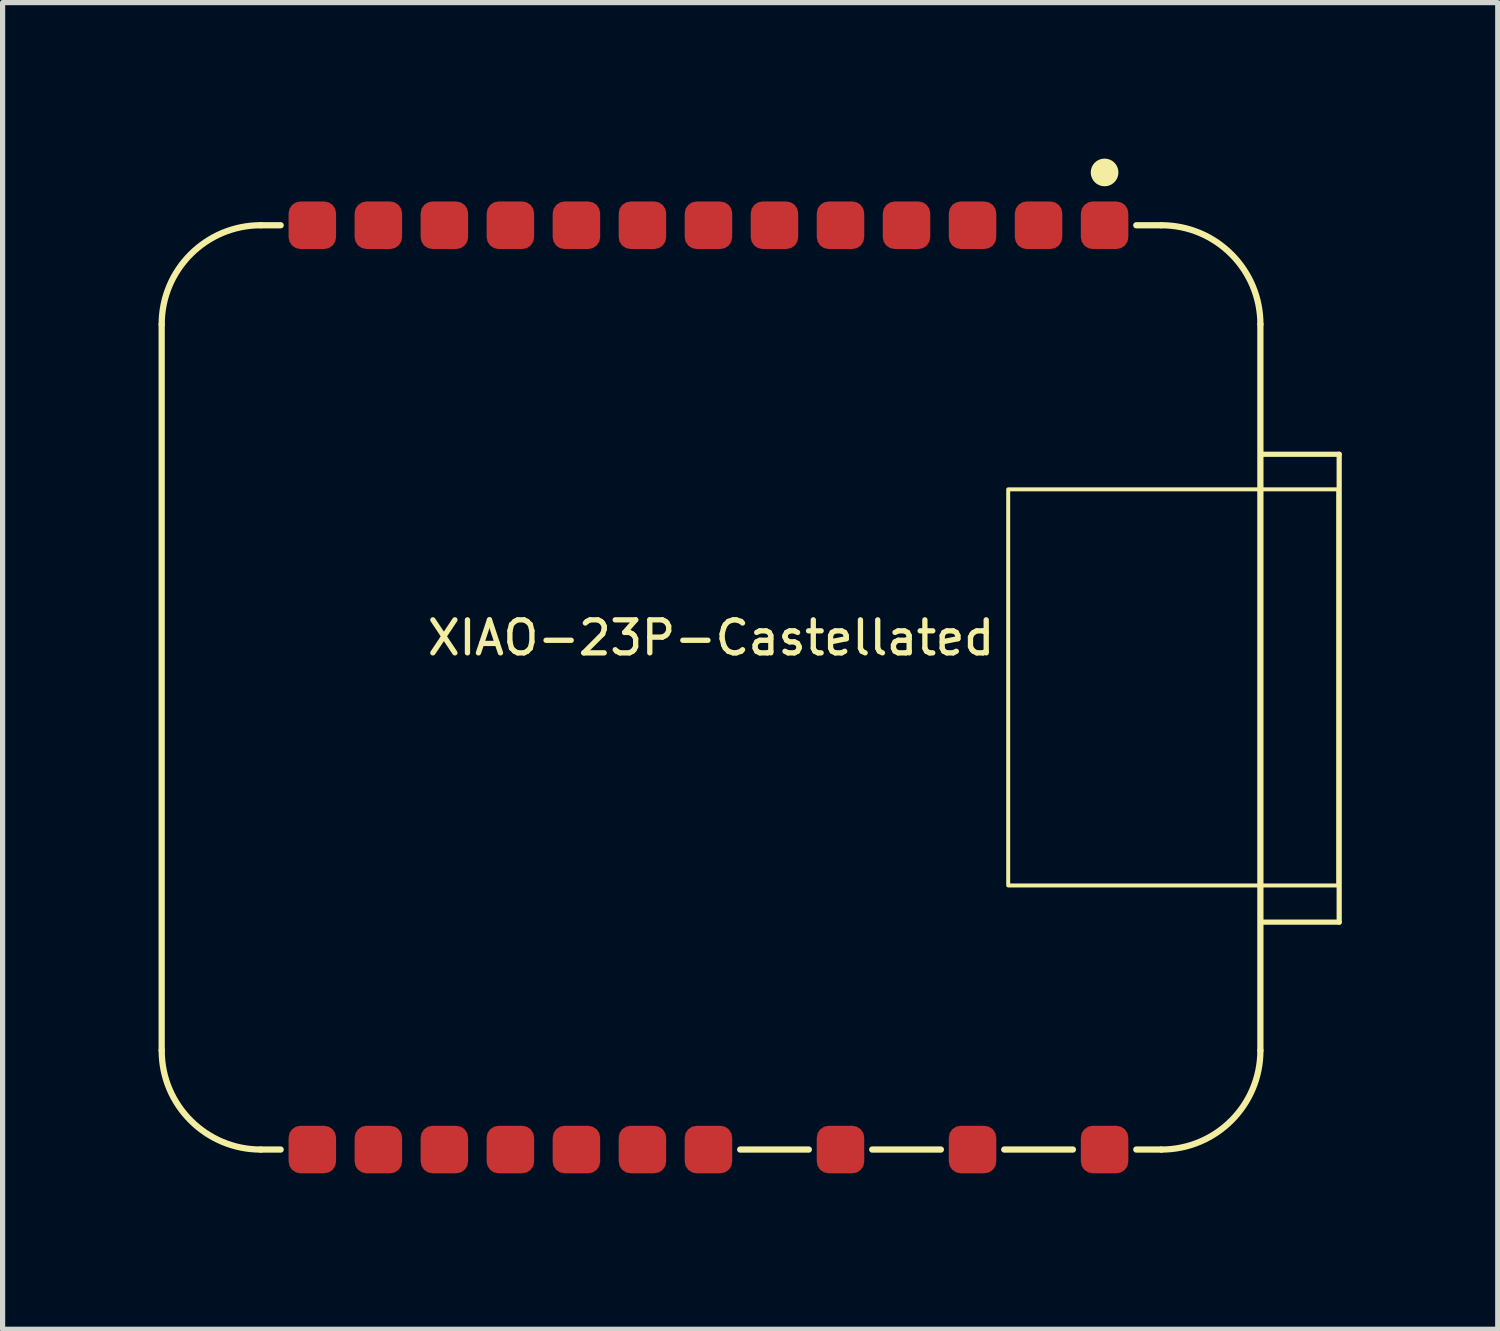
<source format=kicad_pcb>
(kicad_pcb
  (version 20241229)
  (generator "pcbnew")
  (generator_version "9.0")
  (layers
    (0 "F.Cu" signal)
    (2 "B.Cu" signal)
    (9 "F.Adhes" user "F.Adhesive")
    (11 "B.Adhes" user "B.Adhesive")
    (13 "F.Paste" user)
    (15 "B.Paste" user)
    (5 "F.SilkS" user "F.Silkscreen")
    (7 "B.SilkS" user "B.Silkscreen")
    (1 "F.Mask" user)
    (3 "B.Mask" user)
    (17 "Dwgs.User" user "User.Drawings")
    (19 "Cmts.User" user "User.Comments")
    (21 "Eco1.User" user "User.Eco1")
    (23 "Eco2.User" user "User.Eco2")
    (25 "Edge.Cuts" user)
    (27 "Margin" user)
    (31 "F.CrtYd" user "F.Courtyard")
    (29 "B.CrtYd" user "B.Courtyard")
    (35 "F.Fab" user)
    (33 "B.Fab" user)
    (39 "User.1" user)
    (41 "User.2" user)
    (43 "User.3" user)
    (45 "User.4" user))
  (footprint "XIAO-23P-Castellated"
    (layer "F.Cu")
    (at 10.629 10.173)
    (property "Reference" "XIAO-23P-Castellated" (at 0 -0.953 0) (unlocked yes) (layer "F.SilkS") (effects (font (size 0.635 0.635) (thickness 0.102))))
    (attr smd)
    (fp_line (start -10.569 -6.985) (end -10.569 6.985) (stroke (width 0.12) (type solid)) (layer "F.SilkS"))
    (fp_line (start -8.28 -8.89) (end -8.664 -8.89) (stroke (width 0.12) (type solid)) (layer "F.SilkS"))
    (fp_line (start -8.28 8.89) (end -8.664 8.89) (stroke (width 0.12) (type solid)) (layer "F.SilkS"))
    (fp_line (start 1.88 8.89) (end 0.559 8.89) (stroke (width 0.12) (type solid)) (layer "F.SilkS"))
    (fp_line (start 4.42 8.89) (end 3.099 8.89) (stroke (width 0.12) (type solid)) (layer "F.SilkS"))
    (fp_line (start 6.96 8.89) (end 5.639 8.89) (stroke (width 0.12) (type solid)) (layer "F.SilkS"))
    (fp_line (start 8.661 -8.89) (end 8.179 -8.89) (stroke (width 0.12) (type solid)) (layer "F.SilkS"))
    (fp_line (start 8.661 8.89) (end 8.179 8.89) (stroke (width 0.12) (type solid)) (layer "F.SilkS"))
    (fp_line (start 10.566 6.985) (end 10.566 -6.985) (stroke (width 0.12) (type solid)) (layer "F.SilkS"))
    (fp_line (start 10.58 -4.485) (end 12.082 -4.485) (stroke (width 0.1) (type solid)) (layer "F.SilkS"))
    (fp_line (start 12.082 -4.485) (end 12.082 4.516) (stroke (width 0.1) (type solid)) (layer "F.SilkS"))
    (fp_line (start 12.082 4.516) (end 10.57 4.516) (stroke (width 0.1) (type solid)) (layer "F.SilkS"))
    (fp_rect (start 5.715 -3.81) (end 12.065 3.81) (stroke (width 0.076) (type solid)) (fill no) (layer "F.SilkS"))
    (fp_arc (start -10.5686 -6.984999) (mid -10.010637 -8.332038) (end -8.6636 -8.89) (stroke (width 0.12) (type solid)) (layer "F.SilkS"))
    (fp_arc (start -8.6636 8.89) (mid -10.010637 8.332038) (end -10.5686 6.984999) (stroke (width 0.12) (type solid)) (layer "F.SilkS"))
    (fp_arc (start 8.6614 -8.89) (mid 10.008438 -8.332038) (end 10.5664 -6.985) (stroke (width 0.12) (type solid)) (layer "F.SilkS"))
    (fp_arc (start 10.5664 6.985) (mid 10.008438 8.332038) (end 8.6614 8.89) (stroke (width 0.12) (type solid)) (layer "F.SilkS"))
    (fp_circle (center 7.569 -9.906) (end 7.823 -9.906) (stroke (width 0.025) (type solid)) (fill yes) (layer "F.SilkS"))
    (pad "1" smd roundrect (at 7.569 -8.89 180) (size 0.914 0.914) (layers "F.Cu" "F.Mask" "F.Paste") (roundrect_rratio 0.25))
    (pad "2" smd roundrect (at 5.029 -8.89 180) (size 0.914 0.914) (layers "F.Cu" "F.Mask" "F.Paste") (roundrect_rratio 0.25))
    (pad "3" smd roundrect (at 2.489 -8.89 180) (size 0.914 0.914) (layers "F.Cu" "F.Mask" "F.Paste") (roundrect_rratio 0.25))
    (pad "4" smd roundrect (at -0.051 -8.89 180) (size 0.914 0.914) (layers "F.Cu" "F.Mask" "F.Paste") (roundrect_rratio 0.25))
    (pad "5" smd roundrect (at -2.591 -8.89 180) (size 0.914 0.914) (layers "F.Cu" "F.Mask" "F.Paste") (roundrect_rratio 0.25))
    (pad "6" smd roundrect (at -5.131 -8.89 180) (size 0.914 0.914) (layers "F.Cu" "F.Mask" "F.Paste") (roundrect_rratio 0.25))
    (pad "7" smd roundrect (at -7.671 -8.89 180) (size 0.914 0.914) (layers "F.Cu" "F.Mask" "F.Paste") (roundrect_rratio 0.25))
    (pad "8" smd roundrect (at -7.671 8.89 180) (size 0.914 0.914) (layers "F.Cu" "F.Mask" "F.Paste") (roundrect_rratio 0.25))
    (pad "9" smd roundrect (at -5.131 8.89 180) (size 0.914 0.914) (layers "F.Cu" "F.Mask" "F.Paste") (roundrect_rratio 0.25))
    (pad "10" smd roundrect (at -2.591 8.89 180) (size 0.914 0.914) (layers "F.Cu" "F.Mask" "F.Paste") (roundrect_rratio 0.25))
    (pad "11" smd roundrect (at -0.051 8.89 180) (size 0.914 0.914) (layers "F.Cu" "F.Mask" "F.Paste") (roundrect_rratio 0.25))
    (pad "12" smd roundrect (at 2.489 8.89 180) (size 0.914 0.914) (layers "F.Cu" "F.Mask" "F.Paste") (roundrect_rratio 0.25))
    (pad "13" smd roundrect (at 5.029 8.89 180) (size 0.914 0.914) (layers "F.Cu" "F.Mask" "F.Paste") (roundrect_rratio 0.25))
    (pad "14" smd roundrect (at 7.569 8.89 180) (size 0.914 0.914) (layers "F.Cu" "F.Mask" "F.Paste") (roundrect_rratio 0.25))
    (pad "15" smd roundrect (at 6.299 -8.89 180) (size 0.914 0.914) (layers "F.Cu" "F.Mask" "F.Paste") (roundrect_rratio 0.25))
    (pad "16" smd roundrect (at 3.759 -8.89 180) (size 0.914 0.914) (layers "F.Cu" "F.Mask" "F.Paste") (roundrect_rratio 0.25))
    (pad "17" smd roundrect (at 1.219 -8.89 180) (size 0.914 0.914) (layers "F.Cu" "F.Mask" "F.Paste") (roundrect_rratio 0.25))
    (pad "18" smd roundrect (at -1.321 -8.89 180) (size 0.914 0.914) (layers "F.Cu" "F.Mask" "F.Paste") (roundrect_rratio 0.25))
    (pad "19" smd roundrect (at -3.861 -8.89 180) (size 0.914 0.914) (layers "F.Cu" "F.Mask" "F.Paste") (roundrect_rratio 0.25))
    (pad "20" smd roundrect (at -6.401 -8.89 180) (size 0.914 0.914) (layers "F.Cu" "F.Mask" "F.Paste") (roundrect_rratio 0.25))
    (pad "21" smd roundrect (at -6.401 8.89 180) (size 0.914 0.914) (layers "F.Cu" "F.Mask" "F.Paste") (roundrect_rratio 0.25))
    (pad "22" smd roundrect (at -3.861 8.89 180) (size 0.914 0.914) (layers "F.Cu" "F.Mask" "F.Paste") (roundrect_rratio 0.25))
    (pad "23" smd roundrect (at -1.321 8.89 180) (size 0.914 0.914) (layers "F.Cu" "F.Mask" "F.Paste") (roundrect_rratio 0.25)))
  (gr_rect
    (start -3 -3)
    (end 25.761 22.52)
    (stroke (width 0.1) (type default))
    (fill no)
    (layer "Edge.Cuts")))
</source>
